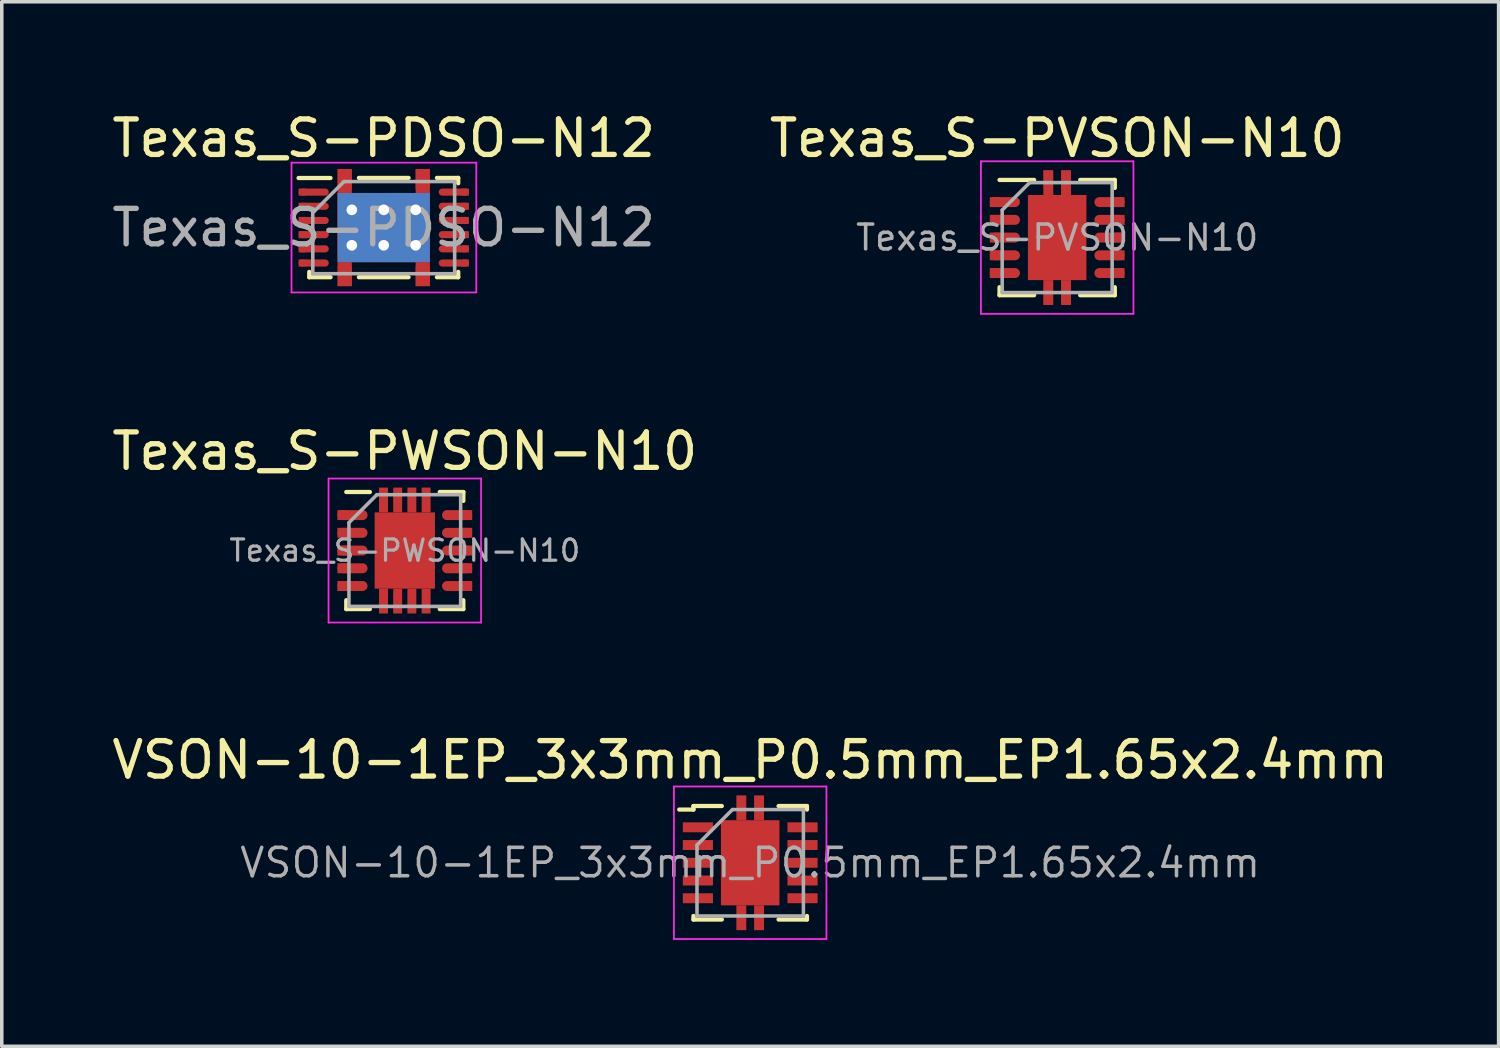
<source format=kicad_pcb>
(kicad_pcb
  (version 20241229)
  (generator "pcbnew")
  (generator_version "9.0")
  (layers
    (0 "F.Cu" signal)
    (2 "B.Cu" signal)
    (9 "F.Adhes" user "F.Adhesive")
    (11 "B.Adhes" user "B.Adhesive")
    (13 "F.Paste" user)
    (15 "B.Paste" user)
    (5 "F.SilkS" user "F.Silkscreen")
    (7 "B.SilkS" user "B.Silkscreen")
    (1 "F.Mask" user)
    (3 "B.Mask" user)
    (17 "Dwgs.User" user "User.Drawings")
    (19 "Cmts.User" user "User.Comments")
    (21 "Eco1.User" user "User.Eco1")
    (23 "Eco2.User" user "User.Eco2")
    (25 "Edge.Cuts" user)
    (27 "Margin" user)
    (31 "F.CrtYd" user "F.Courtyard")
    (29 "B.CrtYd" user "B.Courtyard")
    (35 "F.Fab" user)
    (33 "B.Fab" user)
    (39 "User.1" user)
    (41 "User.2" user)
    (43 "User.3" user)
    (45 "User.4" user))
  (footprint "Texas_S-PWSON-N10"
    (layer "F.Cu")
    (at 8.363 12.472)
    (property "Reference" "Texas_S-PWSON-N10" (at 0 -2.8 0) (layer "F.SilkS") (effects (font (size 1 1) (thickness 0.15))))
    (attr smd)
    (fp_line (start -1.65 -1.65) (end -0.985 -1.65) (stroke (width 0.12) (type solid)) (layer "F.SilkS"))
    (fp_line (start -1.65 1.65) (end -1.65 1.4) (stroke (width 0.12) (type solid)) (layer "F.SilkS"))
    (fp_line (start -1.65 1.65) (end -0.985 1.65) (stroke (width 0.12) (type solid)) (layer "F.SilkS"))
    (fp_line (start 0.985 -1.65) (end 1.65 -1.65) (stroke (width 0.12) (type solid)) (layer "F.SilkS"))
    (fp_line (start 0.985 1.65) (end 1.65 1.65) (stroke (width 0.12) (type solid)) (layer "F.SilkS"))
    (fp_line (start 1.65 -1.4) (end 1.65 -1.65) (stroke (width 0.12) (type solid)) (layer "F.SilkS"))
    (fp_line (start 1.65 1.4) (end 1.65 1.65) (stroke (width 0.12) (type solid)) (layer "F.SilkS"))
    (fp_line (start -2.15 -2.03) (end -2.15 2.03) (stroke (width 0.05) (type solid)) (layer "F.CrtYd"))
    (fp_line (start -2.15 -2.03) (end 2.15 -2.03) (stroke (width 0.05) (type solid)) (layer "F.CrtYd"))
    (fp_line (start -2.15 2.03) (end 2.15 2.03) (stroke (width 0.05) (type solid)) (layer "F.CrtYd"))
    (fp_line (start 2.15 -2.03) (end 2.15 2.03) (stroke (width 0.05) (type solid)) (layer "F.CrtYd"))
    (fp_line (start -1.575 1.575) (end -1.575 -0.787) (stroke (width 0.1) (type solid)) (layer "F.Fab"))
    (fp_line (start -0.787 -1.575) (end -1.575 -0.787) (stroke (width 0.1) (type solid)) (layer "F.Fab"))
    (fp_line (start -0.787 -1.575) (end 1.575 -1.575) (stroke (width 0.1) (type solid)) (layer "F.Fab"))
    (fp_line (start 1.575 -1.575) (end 1.575 1.575) (stroke (width 0.1) (type solid)) (layer "F.Fab"))
    (fp_line (start 1.575 1.575) (end -1.575 1.575) (stroke (width 0.1) (type solid)) (layer "F.Fab"))
    (fp_text user "${REFERENCE}" (at 0 0 0) (layer "F.Fab") (effects (font (size 0.6 0.6) (thickness 0.09))))
    (pad "1" smd rect (at -1.76 -1) (size 0.28 0.28) (layers "F.Cu" "F.Mask" "F.Paste"))
    (pad "1" smd oval (at -1.475 -1) (size 0.85 0.28) (layers "F.Cu" "F.Mask" "F.Paste"))
    (pad "2" smd rect (at -1.76 -0.5) (size 0.28 0.28) (layers "F.Cu" "F.Mask" "F.Paste"))
    (pad "2" smd oval (at -1.475 -0.5) (size 0.85 0.28) (layers "F.Cu" "F.Mask" "F.Paste"))
    (pad "3" smd rect (at -1.76 0) (size 0.28 0.28) (layers "F.Cu" "F.Mask" "F.Paste"))
    (pad "3" smd oval (at -1.475 0) (size 0.85 0.28) (layers "F.Cu" "F.Mask" "F.Paste"))
    (pad "4" smd rect (at -1.76 0.5) (size 0.28 0.28) (layers "F.Cu" "F.Mask" "F.Paste"))
    (pad "4" smd oval (at -1.475 0.5) (size 0.85 0.28) (layers "F.Cu" "F.Mask" "F.Paste"))
    (pad "5" smd rect (at -1.76 1) (size 0.28 0.28) (layers "F.Cu" "F.Mask" "F.Paste"))
    (pad "5" smd oval (at -1.475 1) (size 0.85 0.28) (layers "F.Cu" "F.Mask" "F.Paste"))
    (pad "6" smd oval (at 1.475 1) (size 0.85 0.28) (layers "F.Cu" "F.Mask" "F.Paste"))
    (pad "6" smd rect (at 1.76 1) (size 0.28 0.28) (layers "F.Cu" "F.Mask" "F.Paste"))
    (pad "7" smd oval (at 1.475 0.5) (size 0.85 0.28) (layers "F.Cu" "F.Mask" "F.Paste"))
    (pad "7" smd rect (at 1.76 0.5) (size 0.28 0.28) (layers "F.Cu" "F.Mask" "F.Paste"))
    (pad "8" smd oval (at 1.475 0) (size 0.85 0.28) (layers "F.Cu" "F.Mask" "F.Paste"))
    (pad "8" smd rect (at 1.76 0) (size 0.28 0.28) (layers "F.Cu" "F.Mask" "F.Paste"))
    (pad "9" smd oval (at 1.475 -0.5) (size 0.85 0.28) (layers "F.Cu" "F.Mask" "F.Paste"))
    (pad "9" smd rect (at 1.76 -0.5) (size 0.28 0.28) (layers "F.Cu" "F.Mask" "F.Paste"))
    (pad "10" smd oval (at 1.475 -1) (size 0.85 0.28) (layers "F.Cu" "F.Mask" "F.Paste"))
    (pad "10" smd rect (at 1.76 -1) (size 0.28 0.28) (layers "F.Cu" "F.Mask" "F.Paste"))
    (pad "11" smd rect (at -0.6 -1.425) (size 0.23 0.6) (layers "F.Cu" "F.Mask" "F.Paste"))
    (pad "11" smd rect (at -0.6 -1.425) (size 0.25 0.7) (layers "F.Cu" "F.Mask"))
    (pad "11" smd rect (at -0.6 1.425) (size 0.23 0.6) (layers "F.Cu" "F.Mask" "F.Paste"))
    (pad "11" smd rect (at -0.6 1.425) (size 0.25 0.7) (layers "F.Cu" "F.Mask"))
    (pad "11" smd rect (at -0.435 -0.56) (size 0.65 0.9) (layers "F.Cu" "F.Mask" "F.Paste"))
    (pad "11" smd rect (at -0.435 0.56) (size 0.65 0.9) (layers "F.Cu" "F.Mask" "F.Paste"))
    (pad "11" smd rect (at -0.2 -1.425) (size 0.23 0.6) (layers "F.Cu" "F.Mask" "F.Paste"))
    (pad "11" smd rect (at -0.2 -1.425) (size 0.25 0.7) (layers "F.Cu" "F.Mask"))
    (pad "11" smd rect (at -0.2 1.425) (size 0.23 0.6) (layers "F.Cu" "F.Mask" "F.Paste"))
    (pad "11" smd rect (at -0.2 1.425) (size 0.25 0.7) (layers "F.Cu" "F.Mask"))
    (pad "11" smd rect (at 0 0) (size 1.7 2.15) (layers "F.Cu" "F.Mask"))
    (pad "11" smd rect (at 0.2 -1.425) (size 0.23 0.6) (layers "F.Cu" "F.Mask" "F.Paste"))
    (pad "11" smd rect (at 0.2 -1.425) (size 0.25 0.7) (layers "F.Cu" "F.Mask"))
    (pad "11" smd rect (at 0.2 1.425) (size 0.23 0.6) (layers "F.Cu" "F.Mask" "F.Paste"))
    (pad "11" smd rect (at 0.2 1.425) (size 0.25 0.7) (layers "F.Cu" "F.Mask"))
    (pad "11" smd rect (at 0.435 -0.56) (size 0.65 0.9) (layers "F.Cu" "F.Mask" "F.Paste"))
    (pad "11" smd rect (at 0.435 0.56) (size 0.65 0.9) (layers "F.Cu" "F.Mask" "F.Paste"))
    (pad "11" smd rect (at 0.6 -1.425) (size 0.23 0.6) (layers "F.Cu" "F.Mask" "F.Paste"))
    (pad "11" smd rect (at 0.6 -1.425) (size 0.25 0.7) (layers "F.Cu" "F.Mask"))
    (pad "11" smd rect (at 0.6 1.425) (size 0.23 0.6) (layers "F.Cu" "F.Mask" "F.Paste"))
    (pad "11" smd rect (at 0.6 1.425) (size 0.25 0.7) (layers "F.Cu" "F.Mask")))
  (footprint "Texas_S-PVSON-N10"
    (layer "F.Cu")
    (at 26.756 3.648)
    (property "Reference" "Texas_S-PVSON-N10" (at 0 -2.8 0) (layer "F.SilkS") (effects (font (size 1 1) (thickness 0.15))))
    (attr smd)
    (fp_line (start -1.625 -1.625) (end -0.65 -1.625) (stroke (width 0.12) (type solid)) (layer "F.SilkS"))
    (fp_line (start -1.625 1.625) (end -1.625 1.4) (stroke (width 0.12) (type solid)) (layer "F.SilkS"))
    (fp_line (start -1.625 1.625) (end -0.65 1.625) (stroke (width 0.12) (type solid)) (layer "F.SilkS"))
    (fp_line (start 0.65 -1.625) (end 1.625 -1.625) (stroke (width 0.12) (type solid)) (layer "F.SilkS"))
    (fp_line (start 0.65 1.625) (end 1.625 1.625) (stroke (width 0.12) (type solid)) (layer "F.SilkS"))
    (fp_line (start 1.625 -1.4) (end 1.625 -1.625) (stroke (width 0.12) (type solid)) (layer "F.SilkS"))
    (fp_line (start 1.625 1.4) (end 1.625 1.625) (stroke (width 0.12) (type solid)) (layer "F.SilkS"))
    (fp_line (start -2.15 -2.15) (end -2.15 2.15) (stroke (width 0.05) (type solid)) (layer "F.CrtYd"))
    (fp_line (start -2.15 -2.15) (end 2.15 -2.15) (stroke (width 0.05) (type solid)) (layer "F.CrtYd"))
    (fp_line (start -2.15 2.15) (end 2.15 2.15) (stroke (width 0.05) (type solid)) (layer "F.CrtYd"))
    (fp_line (start 2.15 -2.15) (end 2.15 2.15) (stroke (width 0.05) (type solid)) (layer "F.CrtYd"))
    (fp_line (start -1.55 1.55) (end -1.55 -0.775) (stroke (width 0.1) (type solid)) (layer "F.Fab"))
    (fp_line (start -0.775 -1.55) (end -1.55 -0.775) (stroke (width 0.1) (type solid)) (layer "F.Fab"))
    (fp_line (start -0.775 -1.55) (end 1.55 -1.55) (stroke (width 0.1) (type solid)) (layer "F.Fab"))
    (fp_line (start 1.55 -1.55) (end 1.55 1.55) (stroke (width 0.1) (type solid)) (layer "F.Fab"))
    (fp_line (start 1.55 1.55) (end -1.55 1.55) (stroke (width 0.1) (type solid)) (layer "F.Fab"))
    (fp_text user "${REFERENCE}" (at 0 0 0) (layer "F.Fab") (effects (font (size 0.7 0.7) (thickness 0.1))))
    (pad "1" smd rect (at -1.76 -1) (size 0.28 0.28) (layers "F.Cu" "F.Mask" "F.Paste"))
    (pad "1" smd oval (at -1.475 -1) (size 0.85 0.28) (layers "F.Cu" "F.Mask" "F.Paste"))
    (pad "2" smd rect (at -1.76 -0.5) (size 0.28 0.28) (layers "F.Cu" "F.Mask" "F.Paste"))
    (pad "2" smd oval (at -1.475 -0.5) (size 0.85 0.28) (layers "F.Cu" "F.Mask" "F.Paste"))
    (pad "3" smd rect (at -1.76 0) (size 0.28 0.28) (layers "F.Cu" "F.Mask" "F.Paste"))
    (pad "3" smd oval (at -1.475 0) (size 0.85 0.28) (layers "F.Cu" "F.Mask" "F.Paste"))
    (pad "4" smd rect (at -1.76 0.5) (size 0.28 0.28) (layers "F.Cu" "F.Mask" "F.Paste"))
    (pad "4" smd oval (at -1.475 0.5) (size 0.85 0.28) (layers "F.Cu" "F.Mask" "F.Paste"))
    (pad "5" smd rect (at -1.76 1) (size 0.28 0.28) (layers "F.Cu" "F.Mask" "F.Paste"))
    (pad "5" smd oval (at -1.475 1) (size 0.85 0.28) (layers "F.Cu" "F.Mask" "F.Paste"))
    (pad "6" smd oval (at 1.475 1) (size 0.85 0.28) (layers "F.Cu" "F.Mask" "F.Paste"))
    (pad "6" smd rect (at 1.76 1) (size 0.28 0.28) (layers "F.Cu" "F.Mask" "F.Paste"))
    (pad "7" smd oval (at 1.475 0.5) (size 0.85 0.28) (layers "F.Cu" "F.Mask" "F.Paste"))
    (pad "7" smd rect (at 1.76 0.5) (size 0.28 0.28) (layers "F.Cu" "F.Mask" "F.Paste"))
    (pad "8" smd oval (at 1.475 0) (size 0.85 0.28) (layers "F.Cu" "F.Mask" "F.Paste"))
    (pad "8" smd rect (at 1.76 0) (size 0.28 0.28) (layers "F.Cu" "F.Mask" "F.Paste"))
    (pad "9" smd oval (at 1.475 -0.5) (size 0.85 0.28) (layers "F.Cu" "F.Mask" "F.Paste"))
    (pad "9" smd rect (at 1.76 -0.5) (size 0.28 0.28) (layers "F.Cu" "F.Mask" "F.Paste"))
    (pad "10" smd oval (at 1.475 -1) (size 0.85 0.28) (layers "F.Cu" "F.Mask" "F.Paste"))
    (pad "10" smd rect (at 1.76 -1) (size 0.28 0.28) (layers "F.Cu" "F.Mask" "F.Paste"))
    (pad "11" smd rect (at -0.45 -0.635) (size 0.68 1.05) (layers "F.Cu" "F.Mask" "F.Paste"))
    (pad "11" smd rect (at -0.45 0.635) (size 0.68 1.05) (layers "F.Cu" "F.Mask" "F.Paste"))
    (pad "11" smd rect (at -0.25 -1.63) (size 0.26 0.5) (layers "F.Cu" "F.Mask" "F.Paste"))
    (pad "11" smd rect (at -0.25 -1.55) (size 0.28 0.7) (layers "F.Cu" "F.Mask"))
    (pad "11" smd rect (at -0.25 1.55) (size 0.28 0.7) (layers "F.Cu" "F.Mask"))
    (pad "11" smd rect (at -0.25 1.63) (size 0.26 0.5) (layers "F.Cu" "F.Mask" "F.Paste"))
    (pad "11" smd rect (at 0 0) (size 1.65 2.4) (layers "F.Cu" "F.Mask"))
    (pad "11" smd rect (at 0.25 -1.63) (size 0.26 0.5) (layers "F.Cu" "F.Mask" "F.Paste"))
    (pad "11" smd rect (at 0.25 -1.55) (size 0.28 0.7) (layers "F.Cu" "F.Mask"))
    (pad "11" smd rect (at 0.25 1.55) (size 0.28 0.7) (layers "F.Cu" "F.Mask"))
    (pad "11" smd rect (at 0.25 1.63) (size 0.26 0.5) (layers "F.Cu" "F.Mask" "F.Paste"))
    (pad "11" smd rect (at 0.45 -0.635) (size 0.68 1.05) (layers "F.Cu" "F.Mask" "F.Paste"))
    (pad "11" smd rect (at 0.45 0.635) (size 0.68 1.05) (layers "F.Cu" "F.Mask" "F.Paste")))
  (footprint "VSON-10-1EP_3x3mm_P0.5mm_EP1.65x2.4mm"
    (layer "F.Cu")
    (at 18.101 21.275)
    (property "Reference" "VSON-10-1EP_3x3mm_P0.5mm_EP1.65x2.4mm" (at 0 -2.9 0) (layer "F.SilkS") (effects (font (size 1 1) (thickness 0.15))))
    (attr smd)
    (fp_line (start -1.6 -1.6) (end -1.6 -1.5) (stroke (width 0.12) (type solid)) (layer "F.SilkS"))
    (fp_line (start -1.6 -1.5) (end -2 -1.5) (stroke (width 0.12) (type solid)) (layer "F.SilkS"))
    (fp_line (start -1.6 1.5) (end -1.6 1.6) (stroke (width 0.12) (type solid)) (layer "F.SilkS"))
    (fp_line (start -1.6 1.6) (end -0.8 1.6) (stroke (width 0.12) (type solid)) (layer "F.SilkS"))
    (fp_line (start -0.8 -1.6) (end -1.6 -1.6) (stroke (width 0.12) (type solid)) (layer "F.SilkS"))
    (fp_line (start 0.8 -1.6) (end 1.6 -1.6) (stroke (width 0.12) (type solid)) (layer "F.SilkS"))
    (fp_line (start 0.8 1.6) (end 1.6 1.6) (stroke (width 0.12) (type solid)) (layer "F.SilkS"))
    (fp_line (start 1.6 -1.6) (end 1.6 -1.5) (stroke (width 0.12) (type solid)) (layer "F.SilkS"))
    (fp_line (start 1.6 1.6) (end 1.6 1.5) (stroke (width 0.12) (type solid)) (layer "F.SilkS"))
    (fp_line (start -2.15 -2.15) (end 2.15 -2.15) (stroke (width 0.05) (type solid)) (layer "F.CrtYd"))
    (fp_line (start -2.15 2.15) (end -2.15 -2.15) (stroke (width 0.05) (type solid)) (layer "F.CrtYd"))
    (fp_line (start 2.15 -2.15) (end 2.15 2.15) (stroke (width 0.05) (type solid)) (layer "F.CrtYd"))
    (fp_line (start 2.15 2.15) (end -2.15 2.15) (stroke (width 0.05) (type solid)) (layer "F.CrtYd"))
    (fp_line (start -1.5 -0.5) (end -1.5 1.5) (stroke (width 0.1) (type solid)) (layer "F.Fab"))
    (fp_line (start -1.5 -0.5) (end -0.5 -1.5) (stroke (width 0.1) (type solid)) (layer "F.Fab"))
    (fp_line (start -1.5 1.5) (end 1.5 1.5) (stroke (width 0.1) (type solid)) (layer "F.Fab"))
    (fp_line (start -0.5 -1.5) (end 1.5 -1.5) (stroke (width 0.1) (type solid)) (layer "F.Fab"))
    (fp_line (start 1.5 -1.5) (end 1.5 1.5) (stroke (width 0.1) (type solid)) (layer "F.Fab"))
    (fp_text user "${REFERENCE}" (at 0 0 0) (layer "F.Fab") (effects (font (size 0.8 0.8) (thickness 0.1))))
    (pad "" smd rect (at -0.412 -0.8) (size 0.64 0.64) (layers "F.Paste"))
    (pad "" smd rect (at -0.412 0) (size 0.64 0.64) (layers "F.Paste"))
    (pad "" smd rect (at -0.412 0.8) (size 0.64 0.64) (layers "F.Paste"))
    (pad "" smd rect (at 0.412 -0.8) (size 0.64 0.64) (layers "F.Paste"))
    (pad "" smd rect (at 0.412 0) (size 0.64 0.64) (layers "F.Paste"))
    (pad "" smd rect (at 0.412 0.8) (size 0.64 0.64) (layers "F.Paste"))
    (pad "1" smd rect (at -1.475 -1) (size 0.85 0.28) (layers "F.Cu" "F.Mask" "F.Paste"))
    (pad "2" smd rect (at -1.475 -0.5) (size 0.85 0.28) (layers "F.Cu" "F.Mask" "F.Paste"))
    (pad "3" smd rect (at -1.475 0) (size 0.85 0.28) (layers "F.Cu" "F.Mask" "F.Paste"))
    (pad "4" smd rect (at -1.475 0.5) (size 0.85 0.28) (layers "F.Cu" "F.Mask" "F.Paste"))
    (pad "5" smd rect (at -1.475 1) (size 0.85 0.28) (layers "F.Cu" "F.Mask" "F.Paste"))
    (pad "6" smd rect (at 1.475 1) (size 0.85 0.28) (layers "F.Cu" "F.Mask" "F.Paste"))
    (pad "7" smd rect (at 1.475 0.5) (size 0.85 0.28) (layers "F.Cu" "F.Mask" "F.Paste"))
    (pad "8" smd rect (at 1.475 0) (size 0.85 0.28) (layers "F.Cu" "F.Mask" "F.Paste"))
    (pad "9" smd rect (at 1.475 -0.5) (size 0.85 0.28) (layers "F.Cu" "F.Mask" "F.Paste"))
    (pad "10" smd rect (at 1.475 -1) (size 0.85 0.28) (layers "F.Cu" "F.Mask" "F.Paste"))
    (pad "11" smd rect (at -0.25 -1.55) (size 0.28 0.7) (layers "F.Cu" "F.Mask" "F.Paste"))
    (pad "11" smd rect (at -0.25 1.55) (size 0.28 0.7) (layers "F.Cu" "F.Mask" "F.Paste"))
    (pad "11" smd rect (at 0 0) (size 1.65 2.4) (layers "F.Cu" "F.Mask"))
    (pad "11" smd rect (at 0.25 -1.55) (size 0.28 0.7) (layers "F.Cu" "F.Mask" "F.Paste"))
    (pad "11" smd rect (at 0.25 1.55) (size 0.28 0.7) (layers "F.Cu" "F.Mask" "F.Paste")))
  (footprint "Texas_S-PDSO-N12"
    (layer "F.Cu")
    (at 7.769 3.366)
    (property "Reference" "Texas_S-PDSO-N12" (at -0.001 -2.517 0) (layer "F.SilkS") (effects (font (size 1 1) (thickness 0.15))))
    (attr smd)
    (fp_line (start -2.1 1.4) (end -2.1 1.25) (stroke (width 0.12) (type solid)) (layer "F.SilkS"))
    (fp_line (start -1.501 -1.397) (end -2.401 -1.397) (stroke (width 0.12) (type solid)) (layer "F.SilkS"))
    (fp_line (start -1.5 1.4) (end -2.1 1.4) (stroke (width 0.12) (type solid)) (layer "F.SilkS"))
    (fp_line (start 0.7 -1.4) (end -0.7 -1.4) (stroke (width 0.12) (type solid)) (layer "F.SilkS"))
    (fp_line (start 0.7 1.4) (end -0.7 1.4) (stroke (width 0.12) (type solid)) (layer "F.SilkS"))
    (fp_line (start 1.5 -1.4) (end 2.1 -1.4) (stroke (width 0.12) (type solid)) (layer "F.SilkS"))
    (fp_line (start 2.1 -1.4) (end 2.1 -1.25) (stroke (width 0.12) (type solid)) (layer "F.SilkS"))
    (fp_line (start 2.1 1.4) (end 1.5 1.4) (stroke (width 0.12) (type solid)) (layer "F.SilkS"))
    (fp_line (start 2.1 1.4) (end 2.1 1.25) (stroke (width 0.12) (type solid)) (layer "F.SilkS"))
    (fp_line (start -2.6 -1.83) (end 2.61 -1.83) (stroke (width 0.05) (type solid)) (layer "F.CrtYd"))
    (fp_line (start -2.6 1.83) (end -2.6 -1.83) (stroke (width 0.05) (type solid)) (layer "F.CrtYd"))
    (fp_line (start -2.6 1.83) (end 2.61 1.83) (stroke (width 0.05) (type solid)) (layer "F.CrtYd"))
    (fp_line (start 2.61 1.82) (end 2.61 -1.83) (stroke (width 0.05) (type solid)) (layer "F.CrtYd"))
    (fp_line (start -2.001 -0.417) (end -2 1.3) (stroke (width 0.1) (type solid)) (layer "F.Fab"))
    (fp_line (start -2.001 -0.417) (end -1.121 -1.297) (stroke (width 0.1) (type solid)) (layer "F.Fab"))
    (fp_line (start -2 1.3) (end 2 1.3) (stroke (width 0.1) (type solid)) (layer "F.Fab"))
    (fp_line (start -1.121 -1.297) (end 1.999 -1.297) (stroke (width 0.1) (type solid)) (layer "F.Fab"))
    (fp_line (start 2 1.3) (end 1.999 -1.297) (stroke (width 0.1) (type solid)) (layer "F.Fab"))
    (fp_text user "${REFERENCE}" (at -0.001 0.003 0) (layer "F.Fab") (effects (font (size 1 1) (thickness 0.15))))
    (pad "1" smd rect (at -2.3 -1) (size 0.2 0.2) (layers "F.Cu" "F.Mask" "F.Paste"))
    (pad "1" smd oval (at -1.975 -1) (size 0.85 0.2) (layers "F.Cu" "F.Mask" "F.Paste"))
    (pad "2" smd rect (at -2.3 -0.6) (size 0.2 0.2) (layers "F.Cu" "F.Mask" "F.Paste"))
    (pad "2" smd oval (at -1.975 -0.6) (size 0.85 0.2) (layers "F.Cu" "F.Mask" "F.Paste"))
    (pad "3" smd rect (at -2.3 -0.2) (size 0.2 0.2) (layers "F.Cu" "F.Mask" "F.Paste"))
    (pad "3" smd oval (at -1.975 -0.2) (size 0.85 0.2) (layers "F.Cu" "F.Mask" "F.Paste"))
    (pad "4" smd rect (at -2.3 0.2) (size 0.2 0.2) (layers "F.Cu" "F.Mask" "F.Paste"))
    (pad "4" smd oval (at -1.975 0.2) (size 0.85 0.2) (layers "F.Cu" "F.Mask" "F.Paste"))
    (pad "5" smd rect (at -2.3 0.6) (size 0.2 0.2) (layers "F.Cu" "F.Mask" "F.Paste"))
    (pad "5" smd oval (at -1.975 0.6) (size 0.85 0.2) (layers "F.Cu" "F.Mask" "F.Paste"))
    (pad "6" smd rect (at -2.3 1) (size 0.2 0.2) (layers "F.Cu" "F.Mask" "F.Paste"))
    (pad "6" smd oval (at -1.975 1) (size 0.85 0.2) (layers "F.Cu" "F.Mask" "F.Paste"))
    (pad "7" smd oval (at 1.975 1) (size 0.85 0.2) (layers "F.Cu" "F.Mask" "F.Paste"))
    (pad "7" smd rect (at 2.3 1) (size 0.2 0.2) (layers "F.Cu" "F.Mask" "F.Paste"))
    (pad "8" smd oval (at 1.975 0.6) (size 0.85 0.2) (layers "F.Cu" "F.Mask" "F.Paste"))
    (pad "8" smd rect (at 2.3 0.6) (size 0.2 0.2) (layers "F.Cu" "F.Mask" "F.Paste"))
    (pad "9" smd oval (at 1.975 0.2) (size 0.85 0.2) (layers "F.Cu" "F.Mask" "F.Paste"))
    (pad "9" smd rect (at 2.3 0.2) (size 0.2 0.2) (layers "F.Cu" "F.Mask" "F.Paste"))
    (pad "10" smd oval (at 1.975 -0.2) (size 0.85 0.2) (layers "F.Cu" "F.Mask" "F.Paste"))
    (pad "10" smd rect (at 2.3 -0.2) (size 0.2 0.2) (layers "F.Cu" "F.Mask" "F.Paste"))
    (pad "11" smd oval (at 1.975 -0.6) (size 0.85 0.2) (layers "F.Cu" "F.Mask" "F.Paste"))
    (pad "11" smd rect (at 2.3 -0.6) (size 0.2 0.2) (layers "F.Cu" "F.Mask" "F.Paste"))
    (pad "12" smd oval (at 1.975 -1) (size 0.85 0.2) (layers "F.Cu" "F.Mask" "F.Paste"))
    (pad "12" smd rect (at 2.3 -1) (size 0.2 0.2) (layers "F.Cu" "F.Mask" "F.Paste"))
    (pad "13" smd rect (at -1.1 -1.365 270) (size 0.575 0.4) (layers "F.Cu" "F.Mask" "F.Paste"))
    (pad "13" smd rect (at -1.1 -1.312 270) (size 0.675 0.4) (layers "F.Cu" "F.Mask"))
    (pad "13" smd rect (at -1.1 1.312 270) (size 0.675 0.4) (layers "F.Cu" "F.Mask"))
    (pad "13" smd rect (at -1.1 1.365 270) (size 0.575 0.4) (layers "F.Cu" "F.Mask" "F.Paste"))
    (pad "13" thru_hole circle (at -0.9 -0.5) (size 0.6 0.6) (drill 0.3) (layers "*.Cu"))
    (pad "13" thru_hole circle (at -0.9 0.5) (size 0.6 0.6) (drill 0.3) (layers "*.Cu"))
    (pad "13" smd rect (at -0.65 -0.487 90) (size 0.975 1.3) (layers "F.Cu" "F.Paste"))
    (pad "13" smd rect (at -0.65 0.487 90) (size 0.975 1.3) (layers "F.Cu" "F.Paste"))
    (pad "13" thru_hole circle (at 0 -0.5) (size 0.6 0.6) (drill 0.3) (layers "*.Cu"))
    (pad "13" smd rect (at 0 0 270) (size 1.95 2.6) (layers "F.Cu" "F.Mask"))
    (pad "13" smd rect (at 0 0 270) (size 1.95 2.6) (layers "F.Mask" "B.Cu"))
    (pad "13" thru_hole circle (at 0 0.5) (size 0.6 0.6) (drill 0.3) (layers "*.Cu"))
    (pad "13" smd rect (at 0.65 -0.487 90) (size 0.975 1.3) (layers "F.Cu" "F.Paste"))
    (pad "13" smd rect (at 0.65 0.487 90) (size 0.975 1.3) (layers "F.Cu" "F.Paste"))
    (pad "13" thru_hole circle (at 0.9 -0.5) (size 0.6 0.6) (drill 0.3) (layers "*.Cu"))
    (pad "13" thru_hole circle (at 0.9 0.5) (size 0.6 0.6) (drill 0.3) (layers "*.Cu"))
    (pad "13" smd rect (at 1.1 -1.365 270) (size 0.575 0.4) (layers "F.Cu" "F.Mask" "F.Paste"))
    (pad "13" smd rect (at 1.1 -1.312 270) (size 0.675 0.4) (layers "F.Cu" "F.Mask"))
    (pad "13" smd rect (at 1.1 1.312 270) (size 0.675 0.4) (layers "F.Cu" "F.Mask"))
    (pad "13" smd rect (at 1.1 1.365 270) (size 0.575 0.4) (layers "F.Cu" "F.Mask" "F.Paste")))
  (gr_rect
    (start -3 -3)
    (end 39.202 26.45)
    (stroke (width 0.1) (type default))
    (fill no)
    (layer "Edge.Cuts")))
</source>
